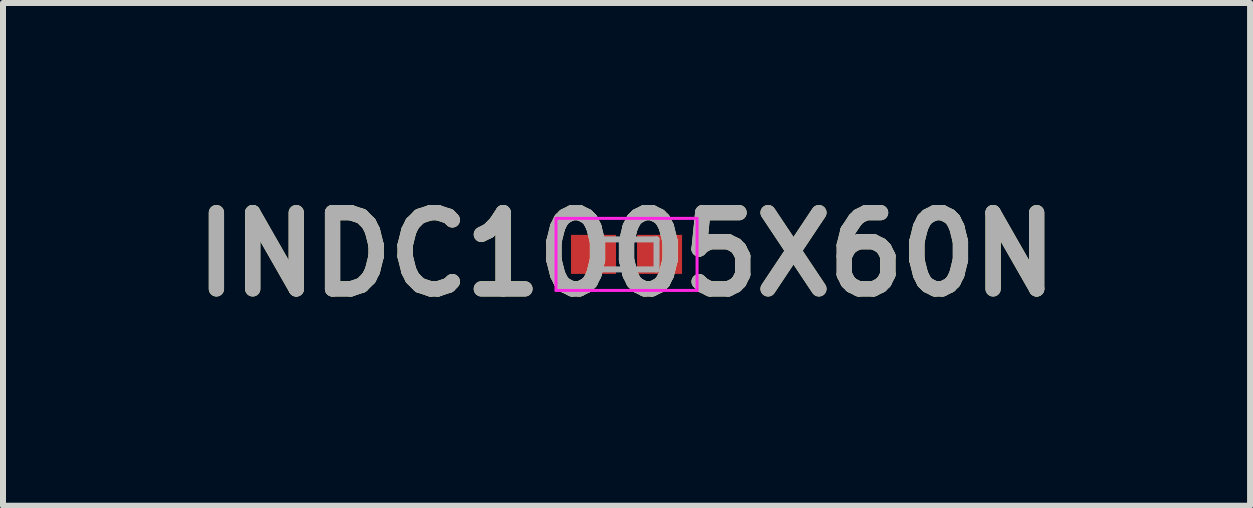
<source format=kicad_pcb>
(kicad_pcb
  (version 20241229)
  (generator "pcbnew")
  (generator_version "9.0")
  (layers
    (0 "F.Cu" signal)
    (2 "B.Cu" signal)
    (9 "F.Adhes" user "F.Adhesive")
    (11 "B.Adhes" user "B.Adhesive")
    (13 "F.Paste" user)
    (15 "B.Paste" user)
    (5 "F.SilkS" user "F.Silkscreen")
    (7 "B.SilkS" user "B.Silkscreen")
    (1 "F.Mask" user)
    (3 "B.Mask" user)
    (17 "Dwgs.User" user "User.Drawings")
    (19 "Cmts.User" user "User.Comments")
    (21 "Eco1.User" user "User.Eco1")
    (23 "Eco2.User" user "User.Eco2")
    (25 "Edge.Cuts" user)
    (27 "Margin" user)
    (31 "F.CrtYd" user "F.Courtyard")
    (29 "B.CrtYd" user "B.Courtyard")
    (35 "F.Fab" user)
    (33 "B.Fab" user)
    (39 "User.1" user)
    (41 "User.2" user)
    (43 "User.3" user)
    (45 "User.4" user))
  (footprint "INDC1005X60N"
    (layer "F.Cu")
    (at 7.39 1.189)
    (property "Reference" "INDC1005X60N" (at 0 0 0) (layer "F.SilkS") (effects (font (size 1.27 1.27) (thickness 0.254))))
    (attr smd)
    (fp_line (start 0 -0.15) (end 0 0.15) (stroke (width 0.2) (type solid)) (layer "F.SilkS"))
    (fp_line (start -1.175 -0.6) (end 1.175 -0.6) (stroke (width 0.05) (type solid)) (layer "F.CrtYd"))
    (fp_line (start -1.175 0.6) (end -1.175 -0.6) (stroke (width 0.05) (type solid)) (layer "F.CrtYd"))
    (fp_line (start 1.175 -0.6) (end 1.175 0.6) (stroke (width 0.05) (type solid)) (layer "F.CrtYd"))
    (fp_line (start 1.175 0.6) (end -1.175 0.6) (stroke (width 0.05) (type solid)) (layer "F.CrtYd"))
    (fp_line (start -0.5 -0.25) (end 0.5 -0.25) (stroke (width 0.1) (type solid)) (layer "F.Fab"))
    (fp_line (start -0.5 0.25) (end -0.5 -0.25) (stroke (width 0.1) (type solid)) (layer "F.Fab"))
    (fp_line (start 0.5 -0.25) (end 0.5 0.25) (stroke (width 0.1) (type solid)) (layer "F.Fab"))
    (fp_line (start 0.5 0.25) (end -0.5 0.25) (stroke (width 0.1) (type solid)) (layer "F.Fab"))
    (fp_text user "${REFERENCE}" (at 0 0 0) (layer "F.Fab") (effects (font (size 1.27 1.27) (thickness 0.254))))
    (pad "1" smd rect (at -0.55 0 90) (size 0.65 0.75) (layers "F.Cu" "F.Mask" "F.Paste"))
    (pad "2" smd rect (at 0.55 0 90) (size 0.65 0.75) (layers "F.Cu" "F.Mask" "F.Paste")))
  (gr_rect
    (start -3 -3)
    (end 17.78 5.377)
    (stroke (width 0.1) (type default))
    (fill no)
    (layer "Edge.Cuts")))
</source>
